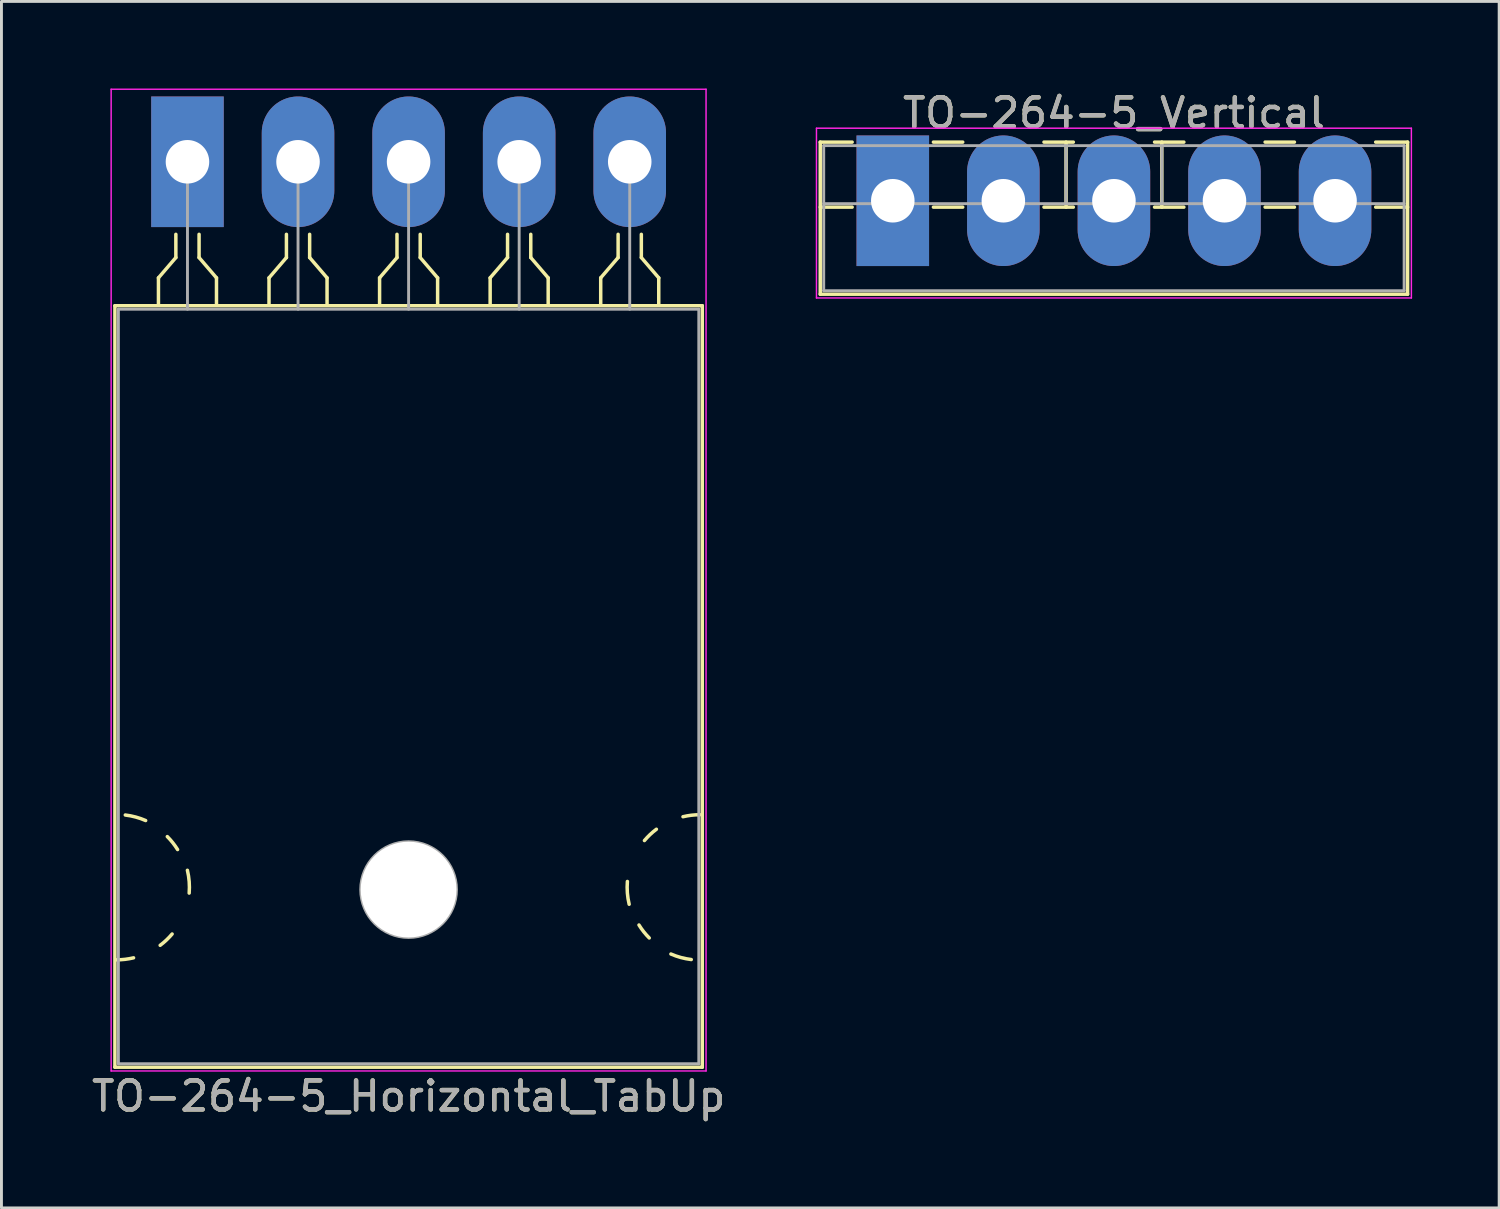
<source format=kicad_pcb>
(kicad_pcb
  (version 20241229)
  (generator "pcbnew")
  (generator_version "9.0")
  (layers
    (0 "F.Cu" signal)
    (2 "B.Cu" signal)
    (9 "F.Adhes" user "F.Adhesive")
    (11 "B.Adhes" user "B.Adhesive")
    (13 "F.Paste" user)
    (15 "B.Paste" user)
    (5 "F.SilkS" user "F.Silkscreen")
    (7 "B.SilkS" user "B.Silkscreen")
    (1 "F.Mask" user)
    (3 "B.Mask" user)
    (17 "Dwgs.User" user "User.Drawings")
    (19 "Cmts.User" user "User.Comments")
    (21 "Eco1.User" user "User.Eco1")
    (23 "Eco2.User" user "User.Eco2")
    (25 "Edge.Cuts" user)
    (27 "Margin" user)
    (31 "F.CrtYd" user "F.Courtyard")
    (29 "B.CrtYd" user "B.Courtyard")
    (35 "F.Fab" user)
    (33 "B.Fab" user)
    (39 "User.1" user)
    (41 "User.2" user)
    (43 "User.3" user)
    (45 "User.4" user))
  (footprint "TO-264-5_Vertical"
    (layer "F.Cu")
    (at 27.715 3.868)
    (property "Reference" "TO-264-5_Vertical" (at 7.62 -3.02 0) (layer "F.SilkS") (effects (font (size 1 1) (thickness 0.15))))
    (attr through_hole)
    (fp_line (start -2.5 -2.021) (end -2.5 3.22) (stroke (width 0.12) (type solid)) (layer "F.SilkS"))
    (fp_line (start -2.5 -2.021) (end -1.4 -2.021) (stroke (width 0.12) (type solid)) (layer "F.SilkS"))
    (fp_line (start -2.5 0.22) (end -1.4 0.22) (stroke (width 0.12) (type solid)) (layer "F.SilkS"))
    (fp_line (start -2.5 3.22) (end 17.74 3.22) (stroke (width 0.12) (type solid)) (layer "F.SilkS"))
    (fp_line (start 1.4 -2.021) (end 2.41 -2.021) (stroke (width 0.12) (type solid)) (layer "F.SilkS"))
    (fp_line (start 1.4 0.22) (end 2.41 0.22) (stroke (width 0.12) (type solid)) (layer "F.SilkS"))
    (fp_line (start 5.21 -2.021) (end 6.221 -2.021) (stroke (width 0.12) (type solid)) (layer "F.SilkS"))
    (fp_line (start 5.21 0.22) (end 6.221 0.22) (stroke (width 0.12) (type solid)) (layer "F.SilkS"))
    (fp_line (start 5.971 -2.021) (end 5.971 0.22) (stroke (width 0.12) (type solid)) (layer "F.SilkS"))
    (fp_line (start 9.02 -2.021) (end 10.03 -2.021) (stroke (width 0.12) (type solid)) (layer "F.SilkS"))
    (fp_line (start 9.02 0.22) (end 10.03 0.22) (stroke (width 0.12) (type solid)) (layer "F.SilkS"))
    (fp_line (start 9.27 -2.021) (end 9.27 0.22) (stroke (width 0.12) (type solid)) (layer "F.SilkS"))
    (fp_line (start 12.83 -2.021) (end 13.84 -2.021) (stroke (width 0.12) (type solid)) (layer "F.SilkS"))
    (fp_line (start 12.83 0.22) (end 13.84 0.22) (stroke (width 0.12) (type solid)) (layer "F.SilkS"))
    (fp_line (start 16.64 -2.021) (end 17.74 -2.021) (stroke (width 0.12) (type solid)) (layer "F.SilkS"))
    (fp_line (start 16.64 0.22) (end 17.74 0.22) (stroke (width 0.12) (type solid)) (layer "F.SilkS"))
    (fp_line (start 17.74 -2.021) (end 17.74 3.22) (stroke (width 0.12) (type solid)) (layer "F.SilkS"))
    (fp_line (start -2.63 -2.5) (end -2.63 3.35) (stroke (width 0.05) (type solid)) (layer "F.CrtYd"))
    (fp_line (start -2.63 3.35) (end 17.87 3.35) (stroke (width 0.05) (type solid)) (layer "F.CrtYd"))
    (fp_line (start 17.87 -2.5) (end -2.63 -2.5) (stroke (width 0.05) (type solid)) (layer "F.CrtYd"))
    (fp_line (start 17.87 3.35) (end 17.87 -2.5) (stroke (width 0.05) (type solid)) (layer "F.CrtYd"))
    (fp_line (start -2.38 -1.9) (end -2.38 3.1) (stroke (width 0.1) (type solid)) (layer "F.Fab"))
    (fp_line (start -2.38 0.1) (end 17.62 0.1) (stroke (width 0.1) (type solid)) (layer "F.Fab"))
    (fp_line (start -2.38 3.1) (end 17.62 3.1) (stroke (width 0.1) (type solid)) (layer "F.Fab"))
    (fp_line (start 5.97 -1.9) (end 5.97 0.1) (stroke (width 0.1) (type solid)) (layer "F.Fab"))
    (fp_line (start 9.27 -1.9) (end 9.27 0.1) (stroke (width 0.1) (type solid)) (layer "F.Fab"))
    (fp_line (start 17.62 -1.9) (end -2.38 -1.9) (stroke (width 0.1) (type solid)) (layer "F.Fab"))
    (fp_line (start 17.62 3.1) (end 17.62 -1.9) (stroke (width 0.1) (type solid)) (layer "F.Fab"))
    (fp_text user "${REFERENCE}" (at 7.62 -3.02 0) (layer "F.Fab") (effects (font (size 1 1) (thickness 0.15))))
    (pad "1" thru_hole rect (at 0 0) (size 2.5 4.5) (drill 1.5) (layers "*.Cu" "*.Mask"))
    (pad "2" thru_hole oval (at 3.81 0) (size 2.5 4.5) (drill 1.5) (layers "*.Cu" "*.Mask"))
    (pad "3" thru_hole oval (at 7.62 0) (size 2.5 4.5) (drill 1.5) (layers "*.Cu" "*.Mask"))
    (pad "4" thru_hole oval (at 11.43 0) (size 2.5 4.5) (drill 1.5) (layers "*.Cu" "*.Mask"))
    (pad "5" thru_hole oval (at 15.24 0) (size 2.5 4.5) (drill 1.5) (layers "*.Cu" "*.Mask")))
  (footprint "TO-264-5_Horizontal_TabUp"
    (layer "F.Cu")
    (at 3.41 2.525)
    (property "Reference" "TO-264-5_Horizontal_TabUp" (at 7.62 32.2 0) (layer "F.SilkS") (effects (font (size 1 1) (thickness 0.15))))
    (attr through_hole)
    (fp_line (start -2.5 4.96) (end -2.5 31.2) (stroke (width 0.12) (type solid)) (layer "F.SilkS"))
    (fp_line (start -2.5 4.96) (end 17.74 4.96) (stroke (width 0.12) (type solid)) (layer "F.SilkS"))
    (fp_line (start -2.5 31.2) (end 17.74 31.2) (stroke (width 0.12) (type solid)) (layer "F.SilkS"))
    (fp_line (start -1 4) (end -1 4.9) (stroke (width 0.12) (type solid)) (layer "F.SilkS"))
    (fp_line (start -0.4 2.5) (end -0.4 3.3) (stroke (width 0.12) (type solid)) (layer "F.SilkS"))
    (fp_line (start -0.4 3.3) (end -1 4) (stroke (width 0.12) (type solid)) (layer "F.SilkS"))
    (fp_line (start 0.4 3.3) (end 0.4 2.5) (stroke (width 0.12) (type solid)) (layer "F.SilkS"))
    (fp_line (start 1 4) (end 0.4 3.3) (stroke (width 0.12) (type solid)) (layer "F.SilkS"))
    (fp_line (start 1 4.9) (end 1 4) (stroke (width 0.12) (type solid)) (layer "F.SilkS"))
    (fp_line (start 2.81 4) (end 2.81 4.9) (stroke (width 0.12) (type solid)) (layer "F.SilkS"))
    (fp_line (start 3.41 2.5) (end 3.41 3.3) (stroke (width 0.12) (type solid)) (layer "F.SilkS"))
    (fp_line (start 3.41 3.3) (end 2.81 4) (stroke (width 0.12) (type solid)) (layer "F.SilkS"))
    (fp_line (start 4.21 3.3) (end 4.21 2.5) (stroke (width 0.12) (type solid)) (layer "F.SilkS"))
    (fp_line (start 4.81 4) (end 4.21 3.3) (stroke (width 0.12) (type solid)) (layer "F.SilkS"))
    (fp_line (start 4.81 4.9) (end 4.81 4) (stroke (width 0.12) (type solid)) (layer "F.SilkS"))
    (fp_line (start 6.62 4) (end 6.62 4.9) (stroke (width 0.12) (type solid)) (layer "F.SilkS"))
    (fp_line (start 7.22 2.5) (end 7.22 3.3) (stroke (width 0.12) (type solid)) (layer "F.SilkS"))
    (fp_line (start 7.22 3.3) (end 6.62 4) (stroke (width 0.12) (type solid)) (layer "F.SilkS"))
    (fp_line (start 8.02 3.3) (end 8.02 2.5) (stroke (width 0.12) (type solid)) (layer "F.SilkS"))
    (fp_line (start 8.62 4) (end 8.02 3.3) (stroke (width 0.12) (type solid)) (layer "F.SilkS"))
    (fp_line (start 8.62 4.9) (end 8.62 4) (stroke (width 0.12) (type solid)) (layer "F.SilkS"))
    (fp_line (start 10.43 4) (end 10.43 4.9) (stroke (width 0.12) (type solid)) (layer "F.SilkS"))
    (fp_line (start 11.03 2.5) (end 11.03 3.3) (stroke (width 0.12) (type solid)) (layer "F.SilkS"))
    (fp_line (start 11.03 3.3) (end 10.43 4) (stroke (width 0.12) (type solid)) (layer "F.SilkS"))
    (fp_line (start 11.83 3.3) (end 11.83 2.5) (stroke (width 0.12) (type solid)) (layer "F.SilkS"))
    (fp_line (start 12.43 4) (end 11.83 3.3) (stroke (width 0.12) (type solid)) (layer "F.SilkS"))
    (fp_line (start 12.43 4.9) (end 12.43 4) (stroke (width 0.12) (type solid)) (layer "F.SilkS"))
    (fp_line (start 14.24 4) (end 14.24 4.9) (stroke (width 0.12) (type solid)) (layer "F.SilkS"))
    (fp_line (start 14.84 2.5) (end 14.84 3.3) (stroke (width 0.12) (type solid)) (layer "F.SilkS"))
    (fp_line (start 14.84 3.3) (end 14.24 4) (stroke (width 0.12) (type solid)) (layer "F.SilkS"))
    (fp_line (start 15.64 3.3) (end 15.64 2.5) (stroke (width 0.12) (type solid)) (layer "F.SilkS"))
    (fp_line (start 16.24 4) (end 15.64 3.3) (stroke (width 0.12) (type solid)) (layer "F.SilkS"))
    (fp_line (start 16.24 4.9) (end 16.24 4) (stroke (width 0.12) (type solid)) (layer "F.SilkS"))
    (fp_line (start 17.74 4.96) (end 17.74 31.2) (stroke (width 0.12) (type solid)) (layer "F.SilkS"))
    (fp_arc (start -2.142186 22.509879) (mid -1.784673 22.579416) (end -1.441001 22.700001) (stroke (width 0.12) (type solid)) (layer "F.SilkS"))
    (fp_arc (start -1.857568 27.430968) (mid -2.147249 27.482682) (end -2.441 27.5) (stroke (width 0.12) (type solid)) (layer "F.SilkS"))
    (fp_arc (start -0.694576 23.253576) (mid -0.504879 23.466564) (end -0.341001 23.700001) (stroke (width 0.12) (type solid)) (layer "F.SilkS"))
    (fp_arc (start -0.528722 26.610338) (mid -0.723773 26.8169) (end -0.941 26.999999) (stroke (width 0.12) (type solid)) (layer "F.SilkS"))
    (fp_arc (start -0.002266 24.414703) (mid 0.059389 24.804931) (end 0.058999 25.199999) (stroke (width 0.12) (type solid)) (layer "F.SilkS"))
    (fp_arc (start 15.220266 25.585297) (mid 15.158611 25.195069) (end 15.159001 24.800001) (stroke (width 0.12) (type solid)) (layer "F.SilkS"))
    (fp_arc (start 15.746722 23.389662) (mid 15.941773 23.1831) (end 16.159 23.000001) (stroke (width 0.12) (type solid)) (layer "F.SilkS"))
    (fp_arc (start 15.912576 26.746424) (mid 15.722879 26.533436) (end 15.559001 26.299999) (stroke (width 0.12) (type solid)) (layer "F.SilkS"))
    (fp_arc (start 17.075568 22.569032) (mid 17.365249 22.517318) (end 17.659 22.5) (stroke (width 0.12) (type solid)) (layer "F.SilkS"))
    (fp_arc (start 17.360186 27.490121) (mid 17.002673 27.420584) (end 16.659001 27.299999) (stroke (width 0.12) (type solid)) (layer "F.SilkS"))
    (fp_line (start -2.63 -2.5) (end -2.63 31.33) (stroke (width 0.05) (type solid)) (layer "F.CrtYd"))
    (fp_line (start -2.63 31.33) (end 17.87 31.33) (stroke (width 0.05) (type solid)) (layer "F.CrtYd"))
    (fp_line (start 17.87 -2.5) (end -2.63 -2.5) (stroke (width 0.05) (type solid)) (layer "F.CrtYd"))
    (fp_line (start 17.87 31.33) (end 17.87 -2.5) (stroke (width 0.05) (type solid)) (layer "F.CrtYd"))
    (fp_line (start -2.38 5.08) (end -2.38 31.08) (stroke (width 0.1) (type solid)) (layer "F.Fab"))
    (fp_line (start -2.38 31.08) (end 17.62 31.08) (stroke (width 0.1) (type solid)) (layer "F.Fab"))
    (fp_line (start 0 5.08) (end 0 0) (stroke (width 0.1) (type solid)) (layer "F.Fab"))
    (fp_line (start 3.81 5.08) (end 3.81 0) (stroke (width 0.1) (type solid)) (layer "F.Fab"))
    (fp_line (start 7.62 5.08) (end 7.62 0) (stroke (width 0.1) (type solid)) (layer "F.Fab"))
    (fp_line (start 11.43 5.08) (end 11.43 0) (stroke (width 0.1) (type solid)) (layer "F.Fab"))
    (fp_line (start 15.24 5.08) (end 15.24 0) (stroke (width 0.1) (type solid)) (layer "F.Fab"))
    (fp_line (start 17.62 5.08) (end -2.38 5.08) (stroke (width 0.1) (type solid)) (layer "F.Fab"))
    (fp_line (start 17.62 31.08) (end 17.62 5.08) (stroke (width 0.1) (type solid)) (layer "F.Fab"))
    (fp_circle (center 7.62 25.08) (end 9.27 25.08) (stroke (width 0.1) (type solid)) (fill no) (layer "F.Fab"))
    (fp_text user "${REFERENCE}" (at 7.62 32.2 0) (layer "F.Fab") (effects (font (size 1 1) (thickness 0.15))))
    (pad "" np_thru_hole oval (at 7.62 25.08) (size 3.3 3.3) (drill 3.3) (layers "*.Cu" "*.Mask"))
    (pad "1" thru_hole rect (at 0 0) (size 2.5 4.5) (drill 1.5) (layers "*.Cu" "*.Mask"))
    (pad "2" thru_hole oval (at 3.81 0) (size 2.5 4.5) (drill 1.5) (layers "*.Cu" "*.Mask"))
    (pad "3" thru_hole oval (at 7.62 0) (size 2.5 4.5) (drill 1.5) (layers "*.Cu" "*.Mask"))
    (pad "4" thru_hole oval (at 11.43 0) (size 2.5 4.5) (drill 1.5) (layers "*.Cu" "*.Mask"))
    (pad "5" thru_hole oval (at 15.24 0) (size 2.5 4.5) (drill 1.5) (layers "*.Cu" "*.Mask")))
  (gr_rect
    (start -3 -3)
    (end 48.61 38.573)
    (stroke (width 0.1) (type default))
    (fill no)
    (layer "Edge.Cuts")))
</source>
